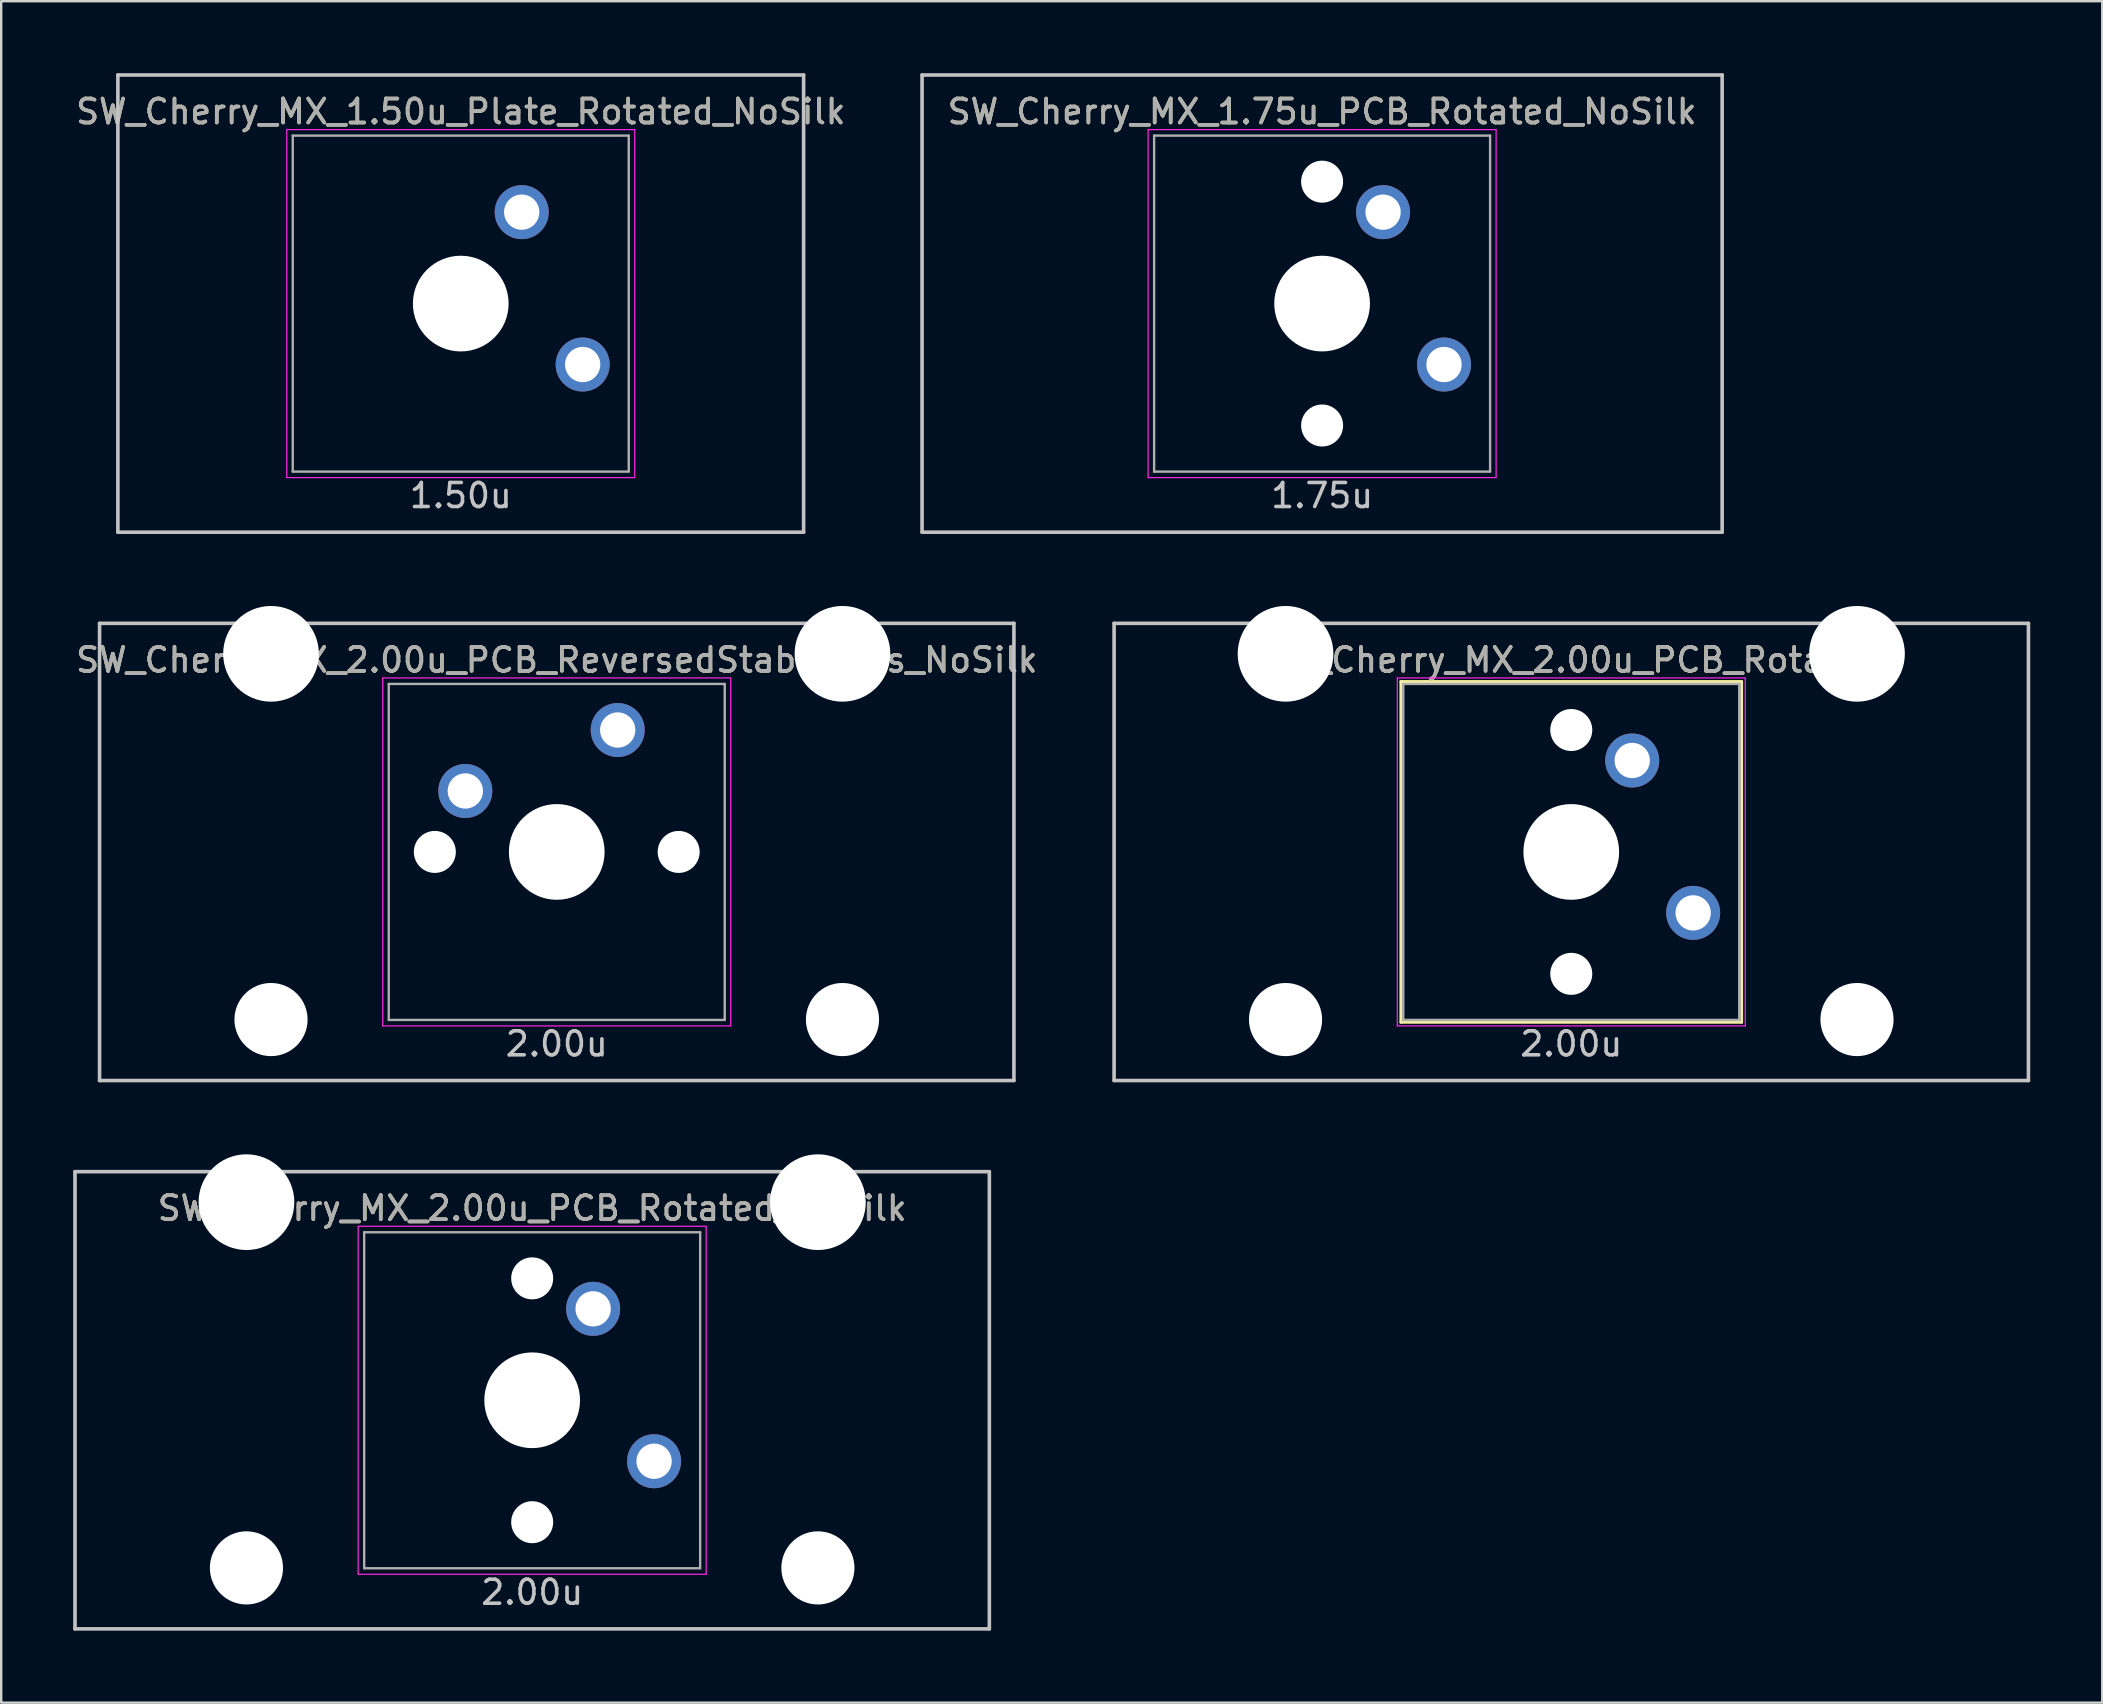
<source format=kicad_pcb>
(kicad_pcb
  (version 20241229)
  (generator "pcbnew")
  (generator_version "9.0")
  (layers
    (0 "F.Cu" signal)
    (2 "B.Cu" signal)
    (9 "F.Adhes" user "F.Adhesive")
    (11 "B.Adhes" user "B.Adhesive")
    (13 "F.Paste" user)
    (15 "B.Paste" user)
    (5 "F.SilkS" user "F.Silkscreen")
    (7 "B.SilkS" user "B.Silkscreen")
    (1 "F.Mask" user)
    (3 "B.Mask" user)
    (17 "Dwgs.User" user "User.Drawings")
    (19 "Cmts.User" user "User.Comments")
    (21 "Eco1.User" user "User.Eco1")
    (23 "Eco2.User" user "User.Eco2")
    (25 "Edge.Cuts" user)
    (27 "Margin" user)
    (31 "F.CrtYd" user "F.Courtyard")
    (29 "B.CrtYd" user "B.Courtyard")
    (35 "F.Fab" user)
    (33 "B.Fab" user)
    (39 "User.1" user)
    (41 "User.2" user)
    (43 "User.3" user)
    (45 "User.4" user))
  (footprint "SW_Cherry_MX_2.00u_PCB_Rotated"
    (layer "F.Cu")
    (at 62.423 32.449)
    (property "Reference" "SW_Cherry_MX_2.00u_PCB_Rotated" (at 0 -8 0) (layer "F.SilkS") (effects (font (size 1 1) (thickness 0.15))))
    (attr through_hole)
    (fp_line (start -7.1 -7.1) (end 7.1 -7.1) (stroke (width 0.12) (type solid)) (layer "F.SilkS"))
    (fp_line (start -7.1 7.1) (end -7.1 -7.1) (stroke (width 0.12) (type solid)) (layer "F.SilkS"))
    (fp_line (start 7.1 -7.1) (end 7.1 7.1) (stroke (width 0.12) (type solid)) (layer "F.SilkS"))
    (fp_line (start 7.1 7.1) (end -7.1 7.1) (stroke (width 0.12) (type solid)) (layer "F.SilkS"))
    (fp_line (start -19.05 9.525) (end -19.05 -9.525) (stroke (width 0.15) (type solid)) (layer "Dwgs.User"))
    (fp_line (start 19.05 -9.525) (end -19.05 -9.525) (stroke (width 0.15) (type solid)) (layer "Dwgs.User"))
    (fp_line (start 19.05 -9.525) (end 19.05 9.525) (stroke (width 0.15) (type solid)) (layer "Dwgs.User"))
    (fp_line (start 19.05 9.525) (end -19.05 9.525) (stroke (width 0.15) (type solid)) (layer "Dwgs.User"))
    (fp_line (start -7.25 -7.25) (end 7.25 -7.25) (stroke (width 0.05) (type solid)) (layer "F.CrtYd"))
    (fp_line (start -7.25 7.25) (end -7.25 -7.25) (stroke (width 0.05) (type solid)) (layer "F.CrtYd"))
    (fp_line (start 7.25 -7.25) (end 7.25 7.25) (stroke (width 0.05) (type solid)) (layer "F.CrtYd"))
    (fp_line (start 7.25 7.25) (end -7.25 7.25) (stroke (width 0.05) (type solid)) (layer "F.CrtYd"))
    (fp_line (start -7 -7) (end 7 -7) (stroke (width 0.1) (type solid)) (layer "F.Fab"))
    (fp_line (start -7 7) (end -7 -7) (stroke (width 0.1) (type solid)) (layer "F.Fab"))
    (fp_line (start 7 -7) (end 7 7) (stroke (width 0.1) (type solid)) (layer "F.Fab"))
    (fp_line (start 7 7) (end -7 7) (stroke (width 0.1) (type solid)) (layer "F.Fab"))
    (fp_text user "2.00u" (at 0 8 0) (layer "Dwgs.User") (effects (font (size 1 1) (thickness 0.15))))
    (fp_text user "${REFERENCE}" (at 0 -8 0) (layer "F.Fab") (effects (font (size 1 1) (thickness 0.15))))
    (pad "" np_thru_hole circle (at -11.906 -8.255 180) (size 3.988 3.988) (drill 3.988) (layers "*.Cu" "*.Mask"))
    (pad "" np_thru_hole circle (at -11.906 6.985 180) (size 3.048 3.048) (drill 3.048) (layers "*.Cu" "*.Mask"))
    (pad "" np_thru_hole circle (at 0 -5.08 318.1) (size 1.75 1.75) (drill 1.75) (layers "*.Cu" "*.Mask"))
    (pad "" np_thru_hole circle (at 0 0 270) (size 3.988 3.988) (drill 3.988) (layers "*.Cu" "*.Mask"))
    (pad "" np_thru_hole circle (at 0 5.08 318.1) (size 1.75 1.75) (drill 1.75) (layers "*.Cu" "*.Mask"))
    (pad "" np_thru_hole circle (at 11.906 -8.255 180) (size 3.988 3.988) (drill 3.988) (layers "*.Cu" "*.Mask"))
    (pad "" np_thru_hole circle (at 11.906 6.985 180) (size 3.048 3.048) (drill 3.048) (layers "*.Cu" "*.Mask"))
    (pad "1" thru_hole circle (at 2.54 -3.81 270) (size 2.25 2.25) (drill 1.47) (layers "*.Cu" "B.Mask"))
    (pad "2" thru_hole circle (at 5.08 2.54 270) (size 2.25 2.25) (drill 1.47) (layers "*.Cu" "B.Mask")))
  (footprint "SW_Cherry_MX_1.50u_Plate_Rotated_NoSilk"
    (layer "F.Cu")
    (at 16.149 9.6)
    (property "Reference" "SW_Cherry_MX_1.50u_Plate_Rotated_NoSilk" (at 0 -8 0) (layer "F.SilkS") (effects (font (size 1 1) (thickness 0.15))))
    (attr through_hole)
    (fp_line (start -14.287 -9.525) (end -14.287 9.525) (stroke (width 0.15) (type solid)) (layer "Dwgs.User"))
    (fp_line (start -14.287 -9.525) (end 14.287 -9.525) (stroke (width 0.15) (type solid)) (layer "Dwgs.User"))
    (fp_line (start -14.287 9.525) (end 14.287 9.525) (stroke (width 0.15) (type solid)) (layer "Dwgs.User"))
    (fp_line (start 14.287 -9.525) (end 14.287 9.525) (stroke (width 0.15) (type solid)) (layer "Dwgs.User"))
    (fp_line (start -7.25 -7.25) (end 7.25 -7.25) (stroke (width 0.05) (type solid)) (layer "F.CrtYd"))
    (fp_line (start -7.25 7.25) (end -7.25 -7.25) (stroke (width 0.05) (type solid)) (layer "F.CrtYd"))
    (fp_line (start 7.25 -7.25) (end 7.25 7.25) (stroke (width 0.05) (type solid)) (layer "F.CrtYd"))
    (fp_line (start 7.25 7.25) (end -7.25 7.25) (stroke (width 0.05) (type solid)) (layer "F.CrtYd"))
    (fp_line (start -7 -7) (end 7 -7) (stroke (width 0.1) (type solid)) (layer "F.Fab"))
    (fp_line (start -7 7) (end -7 -7) (stroke (width 0.1) (type solid)) (layer "F.Fab"))
    (fp_line (start 7 -7) (end 7 7) (stroke (width 0.1) (type solid)) (layer "F.Fab"))
    (fp_line (start 7 7) (end -7 7) (stroke (width 0.1) (type solid)) (layer "F.Fab"))
    (fp_text user "1.50u" (at 0 8 0) (layer "Dwgs.User") (effects (font (size 1 1) (thickness 0.15))))
    (fp_text user "${REFERENCE}" (at 0 -8 0) (layer "F.Fab") (effects (font (size 1 1) (thickness 0.15))))
    (pad "" np_thru_hole circle (at 0 0 270) (size 3.988 3.988) (drill 3.988) (layers "*.Cu" "*.Mask"))
    (pad "1" thru_hole circle (at 2.54 -3.81 270) (size 2.25 2.25) (drill 1.47) (layers "*.Cu" "B.Mask"))
    (pad "2" thru_hole circle (at 5.08 2.54 270) (size 2.25 2.25) (drill 1.47) (layers "*.Cu" "B.Mask")))
  (footprint "SW_Cherry_MX_2.00u_PCB_Rotated_NoSilk"
    (layer "F.Cu")
    (at 19.125 55.298)
    (property "Reference" "SW_Cherry_MX_2.00u_PCB_Rotated_NoSilk" (at 0 -8 0) (layer "F.SilkS") (effects (font (size 1 1) (thickness 0.15))))
    (attr through_hole)
    (fp_line (start -19.05 9.525) (end -19.05 -9.525) (stroke (width 0.15) (type solid)) (layer "Dwgs.User"))
    (fp_line (start 19.05 -9.525) (end -19.05 -9.525) (stroke (width 0.15) (type solid)) (layer "Dwgs.User"))
    (fp_line (start 19.05 -9.525) (end 19.05 9.525) (stroke (width 0.15) (type solid)) (layer "Dwgs.User"))
    (fp_line (start 19.05 9.525) (end -19.05 9.525) (stroke (width 0.15) (type solid)) (layer "Dwgs.User"))
    (fp_line (start -7.25 -7.25) (end 7.25 -7.25) (stroke (width 0.05) (type solid)) (layer "F.CrtYd"))
    (fp_line (start -7.25 7.25) (end -7.25 -7.25) (stroke (width 0.05) (type solid)) (layer "F.CrtYd"))
    (fp_line (start 7.25 -7.25) (end 7.25 7.25) (stroke (width 0.05) (type solid)) (layer "F.CrtYd"))
    (fp_line (start 7.25 7.25) (end -7.25 7.25) (stroke (width 0.05) (type solid)) (layer "F.CrtYd"))
    (fp_line (start -7 -7) (end 7 -7) (stroke (width 0.1) (type solid)) (layer "F.Fab"))
    (fp_line (start -7 7) (end -7 -7) (stroke (width 0.1) (type solid)) (layer "F.Fab"))
    (fp_line (start 7 -7) (end 7 7) (stroke (width 0.1) (type solid)) (layer "F.Fab"))
    (fp_line (start 7 7) (end -7 7) (stroke (width 0.1) (type solid)) (layer "F.Fab"))
    (fp_text user "2.00u" (at 0 8 0) (layer "Dwgs.User") (effects (font (size 1 1) (thickness 0.15))))
    (fp_text user "${REFERENCE}" (at 0 -8 0) (layer "F.Fab") (effects (font (size 1 1) (thickness 0.15))))
    (pad "" np_thru_hole circle (at -11.906 -8.255 180) (size 3.988 3.988) (drill 3.988) (layers "*.Cu" "*.Mask"))
    (pad "" np_thru_hole circle (at -11.906 6.985 180) (size 3.048 3.048) (drill 3.048) (layers "*.Cu" "*.Mask"))
    (pad "" np_thru_hole circle (at 0 -5.08 318.1) (size 1.75 1.75) (drill 1.75) (layers "*.Cu" "*.Mask"))
    (pad "" np_thru_hole circle (at 0 0 270) (size 3.988 3.988) (drill 3.988) (layers "*.Cu" "*.Mask"))
    (pad "" np_thru_hole circle (at 0 5.08 318.1) (size 1.75 1.75) (drill 1.75) (layers "*.Cu" "*.Mask"))
    (pad "" np_thru_hole circle (at 11.906 -8.255 180) (size 3.988 3.988) (drill 3.988) (layers "*.Cu" "*.Mask"))
    (pad "" np_thru_hole circle (at 11.906 6.985 180) (size 3.048 3.048) (drill 3.048) (layers "*.Cu" "*.Mask"))
    (pad "1" thru_hole circle (at 2.54 -3.81 270) (size 2.25 2.25) (drill 1.47) (layers "*.Cu" "B.Mask"))
    (pad "2" thru_hole circle (at 5.08 2.54 270) (size 2.25 2.25) (drill 1.47) (layers "*.Cu" "B.Mask")))
  (footprint "SW_Cherry_MX_1.75u_PCB_Rotated_NoSilk"
    (layer "F.Cu")
    (at 52.041 9.6)
    (property "Reference" "SW_Cherry_MX_1.75u_PCB_Rotated_NoSilk" (at 0 -8 0) (layer "F.SilkS") (effects (font (size 1 1) (thickness 0.15))))
    (attr through_hole)
    (fp_line (start -16.669 9.525) (end -16.669 -9.525) (stroke (width 0.15) (type solid)) (layer "Dwgs.User"))
    (fp_line (start 16.669 -9.525) (end -16.669 -9.525) (stroke (width 0.15) (type solid)) (layer "Dwgs.User"))
    (fp_line (start 16.669 -9.525) (end 16.669 9.525) (stroke (width 0.15) (type solid)) (layer "Dwgs.User"))
    (fp_line (start 16.669 9.525) (end -16.669 9.525) (stroke (width 0.15) (type solid)) (layer "Dwgs.User"))
    (fp_line (start -7.25 -7.25) (end 7.25 -7.25) (stroke (width 0.05) (type solid)) (layer "F.CrtYd"))
    (fp_line (start -7.25 7.25) (end -7.25 -7.25) (stroke (width 0.05) (type solid)) (layer "F.CrtYd"))
    (fp_line (start 7.25 -7.25) (end 7.25 7.25) (stroke (width 0.05) (type solid)) (layer "F.CrtYd"))
    (fp_line (start 7.25 7.25) (end -7.25 7.25) (stroke (width 0.05) (type solid)) (layer "F.CrtYd"))
    (fp_line (start -7 -7) (end 7 -7) (stroke (width 0.1) (type solid)) (layer "F.Fab"))
    (fp_line (start -7 7) (end -7 -7) (stroke (width 0.1) (type solid)) (layer "F.Fab"))
    (fp_line (start 7 -7) (end 7 7) (stroke (width 0.1) (type solid)) (layer "F.Fab"))
    (fp_line (start 7 7) (end -7 7) (stroke (width 0.1) (type solid)) (layer "F.Fab"))
    (fp_text user "1.75u" (at 0 8 0) (layer "Dwgs.User") (effects (font (size 1 1) (thickness 0.15))))
    (fp_text user "${REFERENCE}" (at 0 -8 0) (layer "F.Fab") (effects (font (size 1 1) (thickness 0.15))))
    (pad "" np_thru_hole circle (at 0 -5.08 318.1) (size 1.75 1.75) (drill 1.75) (layers "*.Cu" "*.Mask"))
    (pad "" np_thru_hole circle (at 0 0 270) (size 3.988 3.988) (drill 3.988) (layers "*.Cu" "*.Mask"))
    (pad "" np_thru_hole circle (at 0 5.08 318.1) (size 1.75 1.75) (drill 1.75) (layers "*.Cu" "*.Mask"))
    (pad "1" thru_hole circle (at 2.54 -3.81 270) (size 2.25 2.25) (drill 1.47) (layers "*.Cu" "B.Mask"))
    (pad "2" thru_hole circle (at 5.08 2.54 270) (size 2.25 2.25) (drill 1.47) (layers "*.Cu" "B.Mask")))
  (footprint "SW_Cherry_MX_2.00u_PCB_ReversedStabilizers_NoSilk"
    (layer "F.Cu")
    (at 20.149 32.449)
    (property "Reference" "SW_Cherry_MX_2.00u_PCB_ReversedStabilizers_NoSilk" (at 0 -8 0) (layer "F.SilkS") (effects (font (size 1 1) (thickness 0.15))))
    (attr through_hole)
    (fp_line (start -19.05 -9.525) (end 19.05 -9.525) (stroke (width 0.15) (type solid)) (layer "Dwgs.User"))
    (fp_line (start -19.05 9.525) (end -19.05 -9.525) (stroke (width 0.15) (type solid)) (layer "Dwgs.User"))
    (fp_line (start -19.05 9.525) (end 19.05 9.525) (stroke (width 0.15) (type solid)) (layer "Dwgs.User"))
    (fp_line (start 19.05 -9.525) (end 19.05 9.525) (stroke (width 0.15) (type solid)) (layer "Dwgs.User"))
    (fp_line (start -7.25 -7.25) (end 7.25 -7.25) (stroke (width 0.05) (type solid)) (layer "F.CrtYd"))
    (fp_line (start -7.25 7.25) (end -7.25 -7.25) (stroke (width 0.05) (type solid)) (layer "F.CrtYd"))
    (fp_line (start 7.25 -7.25) (end 7.25 7.25) (stroke (width 0.05) (type solid)) (layer "F.CrtYd"))
    (fp_line (start 7.25 7.25) (end -7.25 7.25) (stroke (width 0.05) (type solid)) (layer "F.CrtYd"))
    (fp_line (start -7 -7) (end 7 -7) (stroke (width 0.1) (type solid)) (layer "F.Fab"))
    (fp_line (start -7 7) (end -7 -7) (stroke (width 0.1) (type solid)) (layer "F.Fab"))
    (fp_line (start 7 -7) (end 7 7) (stroke (width 0.1) (type solid)) (layer "F.Fab"))
    (fp_line (start 7 7) (end -7 7) (stroke (width 0.1) (type solid)) (layer "F.Fab"))
    (fp_text user "2.00u" (at 0 8 0) (layer "Dwgs.User") (effects (font (size 1 1) (thickness 0.15))))
    (fp_text user "${REFERENCE}" (at 0 -8 0) (layer "F.Fab") (effects (font (size 1 1) (thickness 0.15))))
    (pad "" np_thru_hole circle (at -11.906 -8.255) (size 3.988 3.988) (drill 3.988) (layers "*.Cu" "*.Mask"))
    (pad "" np_thru_hole circle (at -11.906 6.985) (size 3.048 3.048) (drill 3.048) (layers "*.Cu" "*.Mask"))
    (pad "" np_thru_hole circle (at -5.08 0 48.1) (size 1.75 1.75) (drill 1.75) (layers "*.Cu" "*.Mask"))
    (pad "" np_thru_hole circle (at 0 0) (size 3.988 3.988) (drill 3.988) (layers "*.Cu" "*.Mask"))
    (pad "" np_thru_hole circle (at 5.08 0 48.1) (size 1.75 1.75) (drill 1.75) (layers "*.Cu" "*.Mask"))
    (pad "" np_thru_hole circle (at 11.906 -8.255) (size 3.988 3.988) (drill 3.988) (layers "*.Cu" "*.Mask"))
    (pad "" np_thru_hole circle (at 11.906 6.985) (size 3.048 3.048) (drill 3.048) (layers "*.Cu" "*.Mask"))
    (pad "1" thru_hole circle (at -3.81 -2.54) (size 2.25 2.25) (drill 1.47) (layers "*.Cu" "B.Mask"))
    (pad "2" thru_hole circle (at 2.54 -5.08) (size 2.25 2.25) (drill 1.47) (layers "*.Cu" "B.Mask")))
  (gr_rect
    (start -3 -3)
    (end 84.548 67.898)
    (stroke (width 0.1) (type default))
    (fill no)
    (layer "Edge.Cuts")))
</source>
